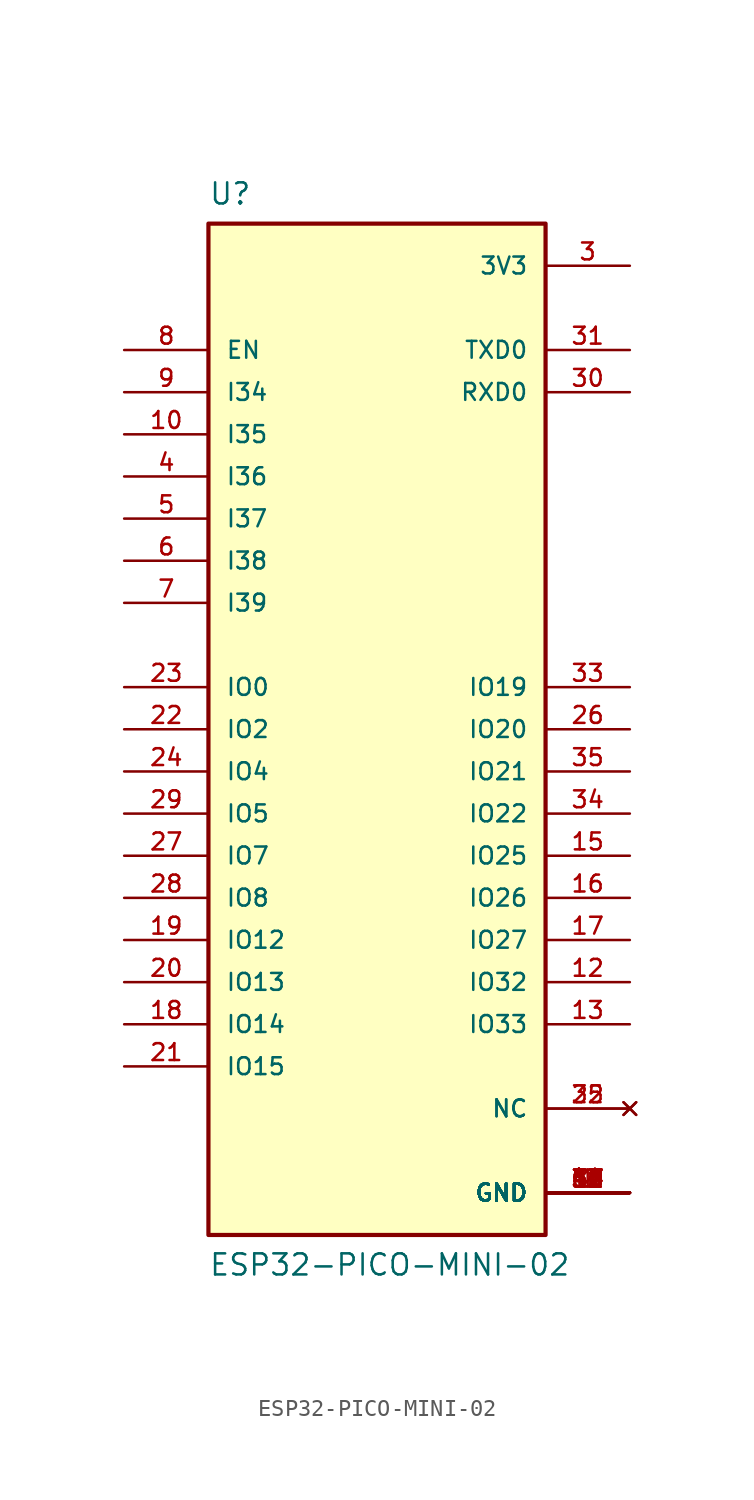
<source format=kicad_sym>
(kicad_symbol_lib
  (version 20211014)
  (generator kicad_symbol_editor)
  (symbol "ESP32-PICO-MINI-02"
    (pin_names
      (offset 1.016))
    (property "Reference" "U"
      (at -10.16 33.02 0)
      (effects (font (size 1.27 1.27)) (justify top left)))
    (property "Value" "ESP32-PICO-MINI-02"
      (at -10.16 -33.02 0)
      (effects (font (size 1.27 1.27)) (justify bottom left)))
    (symbol "ESP32-PICO-MINI-02_0_0"
      (rectangle (start -10.16 -30.48) (end 10.16 30.48) (stroke (width 0.254)) (fill (type background)))
      (pin power_in line (at 15.24 -27.94 180.0) (length 5.08) (name "GND" (effects (font (size 1.016 1.016)))) (number "1" (effects (font (size 1.016 1.016)))))
      (pin power_in line (at 15.24 -27.94 180.0) (length 5.08) (name "GND" (effects (font (size 1.016 1.016)))) (number "2" (effects (font (size 1.016 1.016)))))
      (pin power_in line (at 15.24 -27.94 180.0) (length 5.08) (name "GND" (effects (font (size 1.016 1.016)))) (number "11" (effects (font (size 1.016 1.016)))))
      (pin power_in line (at 15.24 -27.94 180.0) (length 5.08) (name "GND" (effects (font (size 1.016 1.016)))) (number "14" (effects (font (size 1.016 1.016)))))
      (pin power_in line (at 15.24 -27.94 180.0) (length 5.08) (name "GND" (effects (font (size 1.016 1.016)))) (number "36" (effects (font (size 1.016 1.016)))))
      (pin power_in line (at 15.24 -27.94 180.0) (length 5.08) (name "GND" (effects (font (size 1.016 1.016)))) (number "37" (effects (font (size 1.016 1.016)))))
      (pin power_in line (at 15.24 -27.94 180.0) (length 5.08) (name "GND" (effects (font (size 1.016 1.016)))) (number "38" (effects (font (size 1.016 1.016)))))
      (pin power_in line (at 15.24 -27.94 180.0) (length 5.08) (name "GND" (effects (font (size 1.016 1.016)))) (number "39" (effects (font (size 1.016 1.016)))))
      (pin power_in line (at 15.24 -27.94 180.0) (length 5.08) (name "GND" (effects (font (size 1.016 1.016)))) (number "40" (effects (font (size 1.016 1.016)))))
      (pin power_in line (at 15.24 -27.94 180.0) (length 5.08) (name "GND" (effects (font (size 1.016 1.016)))) (number "41" (effects (font (size 1.016 1.016)))))
      (pin power_in line (at 15.24 -27.94 180.0) (length 5.08) (name "GND" (effects (font (size 1.016 1.016)))) (number "42" (effects (font (size 1.016 1.016)))))
      (pin power_in line (at 15.24 -27.94 180.0) (length 5.08) (name "GND" (effects (font (size 1.016 1.016)))) (number "43" (effects (font (size 1.016 1.016)))))
      (pin power_in line (at 15.24 -27.94 180.0) (length 5.08) (name "GND" (effects (font (size 1.016 1.016)))) (number "44" (effects (font (size 1.016 1.016)))))
      (pin power_in line (at 15.24 -27.94 180.0) (length 5.08) (name "GND" (effects (font (size 1.016 1.016)))) (number "45" (effects (font (size 1.016 1.016)))))
      (pin power_in line (at 15.24 -27.94 180.0) (length 5.08) (name "GND" (effects (font (size 1.016 1.016)))) (number "46" (effects (font (size 1.016 1.016)))))
      (pin power_in line (at 15.24 -27.94 180.0) (length 5.08) (name "GND" (effects (font (size 1.016 1.016)))) (number "47" (effects (font (size 1.016 1.016)))))
      (pin power_in line (at 15.24 -27.94 180.0) (length 5.08) (name "GND" (effects (font (size 1.016 1.016)))) (number "48" (effects (font (size 1.016 1.016)))))
      (pin power_in line (at 15.24 -27.94 180.0) (length 5.08) (name "GND" (effects (font (size 1.016 1.016)))) (number "49" (effects (font (size 1.016 1.016)))))
      (pin power_in line (at 15.24 -27.94 180.0) (length 5.08) (name "GND" (effects (font (size 1.016 1.016)))) (number "50" (effects (font (size 1.016 1.016)))))
      (pin power_in line (at 15.24 -27.94 180.0) (length 5.08) (name "GND" (effects (font (size 1.016 1.016)))) (number "51" (effects (font (size 1.016 1.016)))))
      (pin power_in line (at 15.24 -27.94 180.0) (length 5.08) (name "GND" (effects (font (size 1.016 1.016)))) (number "52" (effects (font (size 1.016 1.016)))))
      (pin power_in line (at 15.24 -27.94 180.0) (length 5.08) (name "GND" (effects (font (size 1.016 1.016)))) (number "53" (effects (font (size 1.016 1.016)))))
      (pin power_in line (at 15.24 -27.94 180.0) (length 5.08) (name "GND" (effects (font (size 1.016 1.016)))) (number "54" (effects (font (size 1.016 1.016)))))
      (pin power_in line (at 15.24 -27.94 180.0) (length 5.08) (name "GND" (effects (font (size 1.016 1.016)))) (number "55" (effects (font (size 1.016 1.016)))))
      (pin power_in line (at 15.24 -27.94 180.0) (length 5.08) (name "GND" (effects (font (size 1.016 1.016)))) (number "56" (effects (font (size 1.016 1.016)))))
      (pin power_in line (at 15.24 -27.94 180.0) (length 5.08) (name "GND" (effects (font (size 1.016 1.016)))) (number "57" (effects (font (size 1.016 1.016)))))
      (pin power_in line (at 15.24 -27.94 180.0) (length 5.08) (name "GND" (effects (font (size 1.016 1.016)))) (number "58" (effects (font (size 1.016 1.016)))))
      (pin power_in line (at 15.24 -27.94 180.0) (length 5.08) (name "GND" (effects (font (size 1.016 1.016)))) (number "59" (effects (font (size 1.016 1.016)))))
      (pin power_in line (at 15.24 -27.94 180.0) (length 5.08) (name "GND" (effects (font (size 1.016 1.016)))) (number "60" (effects (font (size 1.016 1.016)))))
      (pin power_in line (at 15.24 -27.94 180.0) (length 5.08) (name "GND" (effects (font (size 1.016 1.016)))) (number "61" (effects (font (size 1.016 1.016)))))
      (pin power_in line (at 15.24 27.94 180.0) (length 5.08) (name "3V3" (effects (font (size 1.016 1.016)))) (number "3" (effects (font (size 1.016 1.016)))))
      (pin no_connect line (at 15.24 -22.86 180.0) (length 5.08) (name "NC" (effects (font (size 1.016 1.016)))) (number "25" (effects (font (size 1.016 1.016)))))
      (pin no_connect line (at 15.24 -22.86 180.0) (length 5.08) (name "NC" (effects (font (size 1.016 1.016)))) (number "32" (effects (font (size 1.016 1.016)))))
      (pin input line (at -15.24 22.86 0) (length 5.08) (name "EN" (effects (font (size 1.016 1.016)))) (number "8" (effects (font (size 1.016 1.016)))))
      (pin input line (at -15.24 20.32 0) (length 5.08) (name "I34" (effects (font (size 1.016 1.016)))) (number "9" (effects (font (size 1.016 1.016)))))
      (pin input line (at -15.24 17.78 0) (length 5.08) (name "I35" (effects (font (size 1.016 1.016)))) (number "10" (effects (font (size 1.016 1.016)))))
      (pin input line (at -15.24 15.24 0) (length 5.08) (name "I36" (effects (font (size 1.016 1.016)))) (number "4" (effects (font (size 1.016 1.016)))))
      (pin input line (at -15.24 12.7 0) (length 5.08) (name "I37" (effects (font (size 1.016 1.016)))) (number "5" (effects (font (size 1.016 1.016)))))
      (pin input line (at -15.24 10.16 0) (length 5.08) (name "I38" (effects (font (size 1.016 1.016)))) (number "6" (effects (font (size 1.016 1.016)))))
      (pin input line (at -15.24 7.62 0) (length 5.08) (name "I39" (effects (font (size 1.016 1.016)))) (number "7" (effects (font (size 1.016 1.016)))))
      (pin bidirectional line (at -15.24 2.54 0) (length 5.08) (name "IO0" (effects (font (size 1.016 1.016)))) (number "23" (effects (font (size 1.016 1.016)))))
      (pin bidirectional line (at 15.24 0.0 180.0) (length 5.08) (name "IO20" (effects (font (size 1.016 1.016)))) (number "26" (effects (font (size 1.016 1.016)))))
      (pin bidirectional line (at -15.24 0.0 0) (length 5.08) (name "IO2" (effects (font (size 1.016 1.016)))) (number "22" (effects (font (size 1.016 1.016)))))
      (pin bidirectional line (at -15.24 -2.54 0) (length 5.08) (name "IO4" (effects (font (size 1.016 1.016)))) (number "24" (effects (font (size 1.016 1.016)))))
      (pin bidirectional line (at -15.24 -5.08 0) (length 5.08) (name "IO5" (effects (font (size 1.016 1.016)))) (number "29" (effects (font (size 1.016 1.016)))))
      (pin bidirectional line (at 15.24 -2.54 180.0) (length 5.08) (name "IO21" (effects (font (size 1.016 1.016)))) (number "35" (effects (font (size 1.016 1.016)))))
      (pin bidirectional line (at -15.24 -7.62 0) (length 5.08) (name "IO7" (effects (font (size 1.016 1.016)))) (number "27" (effects (font (size 1.016 1.016)))))
      (pin bidirectional line (at -15.24 -10.16 0) (length 5.08) (name "IO8" (effects (font (size 1.016 1.016)))) (number "28" (effects (font (size 1.016 1.016)))))
      (pin bidirectional line (at 15.24 -5.08 180.0) (length 5.08) (name "IO22" (effects (font (size 1.016 1.016)))) (number "34" (effects (font (size 1.016 1.016)))))
      (pin bidirectional line (at 15.24 -7.62 180.0) (length 5.08) (name "IO25" (effects (font (size 1.016 1.016)))) (number "15" (effects (font (size 1.016 1.016)))))
      (pin bidirectional line (at 15.24 -10.16 180.0) (length 5.08) (name "IO26" (effects (font (size 1.016 1.016)))) (number "16" (effects (font (size 1.016 1.016)))))
      (pin bidirectional line (at -15.24 -12.7 0) (length 5.08) (name "IO12" (effects (font (size 1.016 1.016)))) (number "19" (effects (font (size 1.016 1.016)))))
      (pin bidirectional line (at -15.24 -15.24 0) (length 5.08) (name "IO13" (effects (font (size 1.016 1.016)))) (number "20" (effects (font (size 1.016 1.016)))))
      (pin bidirectional line (at -15.24 -17.78 0) (length 5.08) (name "IO14" (effects (font (size 1.016 1.016)))) (number "18" (effects (font (size 1.016 1.016)))))
      (pin bidirectional line (at -15.24 -20.32 0) (length 5.08) (name "IO15" (effects (font (size 1.016 1.016)))) (number "21" (effects (font (size 1.016 1.016)))))
      (pin bidirectional line (at 15.24 -12.7 180.0) (length 5.08) (name "IO27" (effects (font (size 1.016 1.016)))) (number "17" (effects (font (size 1.016 1.016)))))
      (pin bidirectional line (at 15.24 -15.24 180.0) (length 5.08) (name "IO32" (effects (font (size 1.016 1.016)))) (number "12" (effects (font (size 1.016 1.016)))))
      (pin bidirectional line (at 15.24 -17.78 180.0) (length 5.08) (name "IO33" (effects (font (size 1.016 1.016)))) (number "13" (effects (font (size 1.016 1.016)))))
      (pin bidirectional line (at 15.24 2.54 180.0) (length 5.08) (name "IO19" (effects (font (size 1.016 1.016)))) (number "33" (effects (font (size 1.016 1.016)))))
      (pin bidirectional line (at 15.24 22.86 180.0) (length 5.08) (name "TXD0" (effects (font (size 1.016 1.016)))) (number "31" (effects (font (size 1.016 1.016)))))
      (pin bidirectional line (at 15.24 20.32 180.0) (length 5.08) (name "RXD0" (effects (font (size 1.016 1.016)))) (number "30" (effects (font (size 1.016 1.016))))))))
</source>
